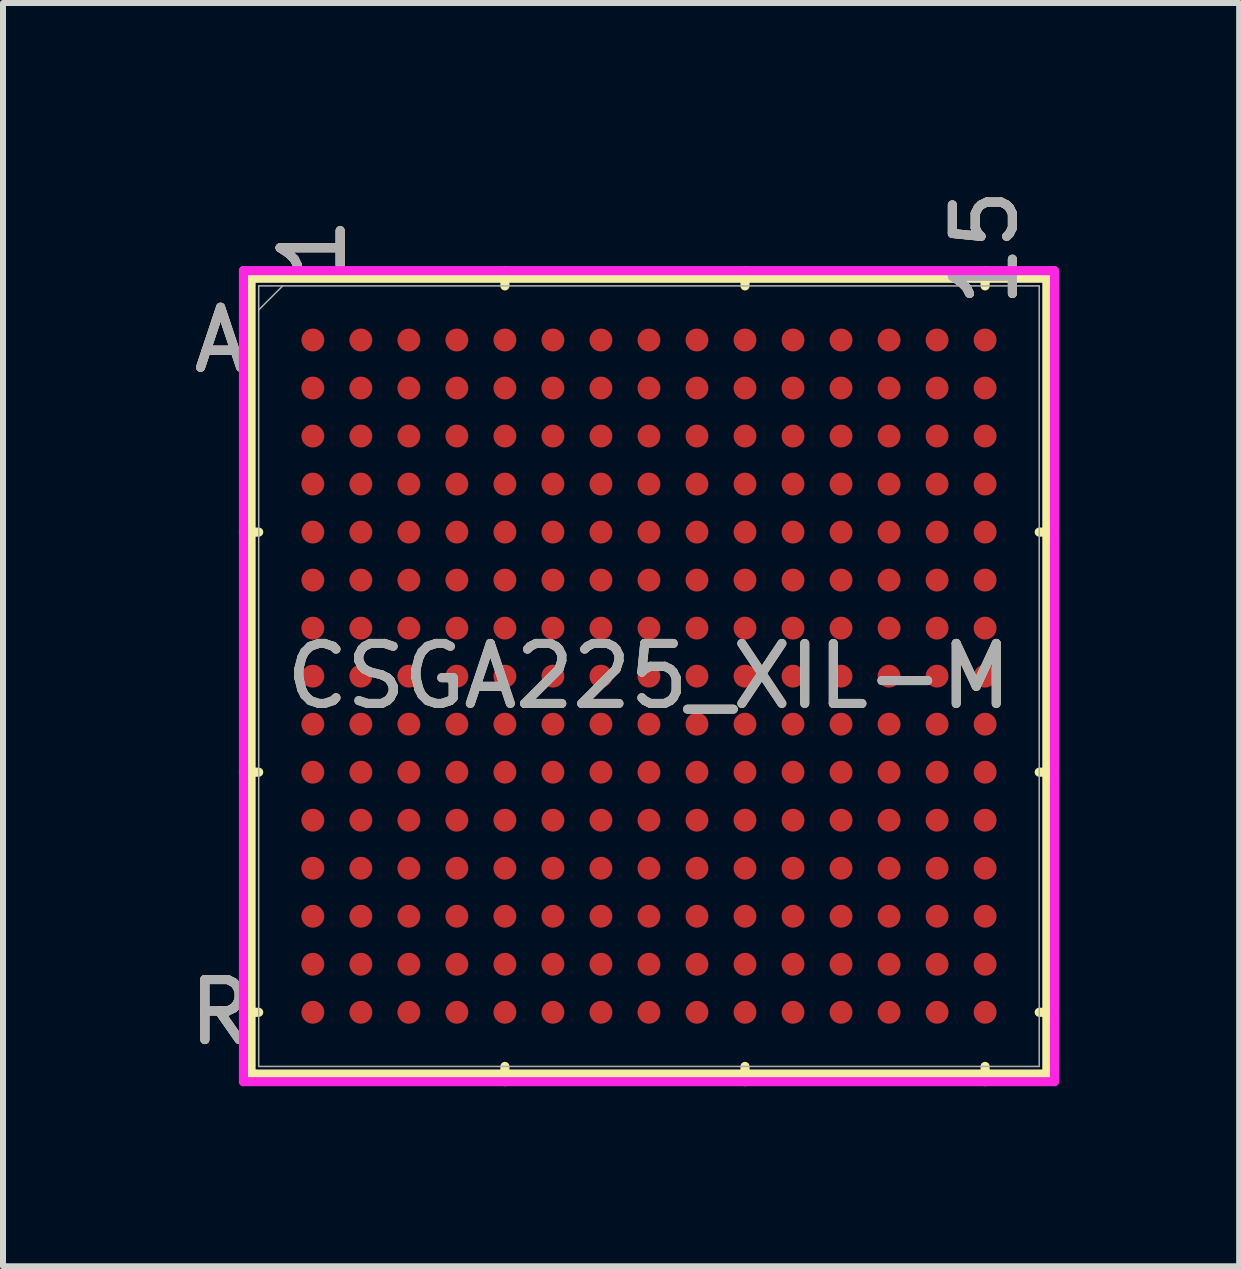
<source format=kicad_pcb>
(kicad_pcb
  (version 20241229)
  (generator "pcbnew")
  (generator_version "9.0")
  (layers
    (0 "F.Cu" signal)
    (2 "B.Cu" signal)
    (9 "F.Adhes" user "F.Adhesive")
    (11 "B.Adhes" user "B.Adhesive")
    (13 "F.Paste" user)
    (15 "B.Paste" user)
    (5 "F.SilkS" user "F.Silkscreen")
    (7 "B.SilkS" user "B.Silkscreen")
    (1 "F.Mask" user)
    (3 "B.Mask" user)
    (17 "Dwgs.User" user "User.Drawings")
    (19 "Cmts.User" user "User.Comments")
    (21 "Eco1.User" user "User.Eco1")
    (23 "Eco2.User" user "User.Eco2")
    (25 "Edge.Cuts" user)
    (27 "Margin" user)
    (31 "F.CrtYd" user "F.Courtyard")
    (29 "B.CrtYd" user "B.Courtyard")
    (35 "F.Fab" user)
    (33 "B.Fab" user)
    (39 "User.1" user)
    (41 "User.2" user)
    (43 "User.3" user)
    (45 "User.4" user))
  (footprint "CSGA225_XIL-M"
    (layer "F.Cu")
    (at 7.762 8.215)
    (property "Reference" "CSGA225_XIL-M" (at 0 0 0) (unlocked yes) (layer "F.SilkS") (effects (font (size 1 1) (thickness 0.15))))
    (attr smd)
    (fp_line (start -6.629 -6.629) (end -6.629 6.629) (stroke (width 0.152) (type solid)) (layer "F.SilkS"))
    (fp_line (start -6.629 6.629) (end 6.629 6.629) (stroke (width 0.152) (type solid)) (layer "F.SilkS"))
    (fp_line (start -6.502 -2.4) (end -6.756 -2.4) (stroke (width 0.152) (type solid)) (layer "F.SilkS"))
    (fp_line (start -6.502 1.6) (end -6.756 1.6) (stroke (width 0.152) (type solid)) (layer "F.SilkS"))
    (fp_line (start -6.502 5.6) (end -6.756 5.6) (stroke (width 0.152) (type solid)) (layer "F.SilkS"))
    (fp_line (start -2.4 -6.502) (end -2.4 -6.756) (stroke (width 0.152) (type solid)) (layer "F.SilkS"))
    (fp_line (start -2.4 6.502) (end -2.4 6.756) (stroke (width 0.152) (type solid)) (layer "F.SilkS"))
    (fp_line (start 1.6 -6.502) (end 1.6 -6.756) (stroke (width 0.152) (type solid)) (layer "F.SilkS"))
    (fp_line (start 1.6 6.502) (end 1.6 6.756) (stroke (width 0.152) (type solid)) (layer "F.SilkS"))
    (fp_line (start 5.6 -6.502) (end 5.6 -6.756) (stroke (width 0.152) (type solid)) (layer "F.SilkS"))
    (fp_line (start 5.6 6.502) (end 5.6 6.756) (stroke (width 0.152) (type solid)) (layer "F.SilkS"))
    (fp_line (start 6.502 -2.4) (end 6.756 -2.4) (stroke (width 0.152) (type solid)) (layer "F.SilkS"))
    (fp_line (start 6.502 1.6) (end 6.756 1.6) (stroke (width 0.152) (type solid)) (layer "F.SilkS"))
    (fp_line (start 6.502 5.6) (end 6.756 5.6) (stroke (width 0.152) (type solid)) (layer "F.SilkS"))
    (fp_line (start 6.629 -6.629) (end -6.629 -6.629) (stroke (width 0.152) (type solid)) (layer "F.SilkS"))
    (fp_line (start 6.629 6.629) (end 6.629 -6.629) (stroke (width 0.152) (type solid)) (layer "F.SilkS"))
    (fp_poly (pts (xy -6.444 -6.444) (xy 6.444 -6.444) (xy 6.444 6.444) (xy -6.444 6.444)) (stroke (width 0.1) (type solid)) (fill no) (layer "Eco2.User"))
    (fp_line (start -6.756 -6.756) (end 6.756 -6.756) (stroke (width 0.152) (type solid)) (layer "F.CrtYd"))
    (fp_line (start -6.756 6.756) (end -6.756 -6.756) (stroke (width 0.152) (type solid)) (layer "F.CrtYd"))
    (fp_line (start 6.756 -6.756) (end 6.756 6.756) (stroke (width 0.152) (type solid)) (layer "F.CrtYd"))
    (fp_line (start 6.756 6.756) (end -6.756 6.756) (stroke (width 0.152) (type solid)) (layer "F.CrtYd"))
    (fp_line (start -6.502 -6.502) (end -6.502 6.502) (stroke (width 0.025) (type solid)) (layer "F.Fab"))
    (fp_line (start -6.502 6.502) (end 6.502 6.502) (stroke (width 0.025) (type solid)) (layer "F.Fab"))
    (fp_line (start -6.102 -6.502) (end -6.502 -6.102) (stroke (width 0.025) (type solid)) (layer "F.Fab"))
    (fp_line (start 6.502 -6.502) (end -6.502 -6.502) (stroke (width 0.025) (type solid)) (layer "F.Fab"))
    (fp_line (start 6.502 6.502) (end 6.502 -6.502) (stroke (width 0.025) (type solid)) (layer "F.Fab"))
    (fp_text user "A" (at -7.137 -5.6 0) (unlocked yes) (layer "F.SilkS") (effects (font (size 1 1) (thickness 0.15))))
    (fp_text user "R" (at -7.137 5.6 0) (unlocked yes) (layer "F.SilkS") (effects (font (size 1 1) (thickness 0.15))))
    (fp_text user "15" (at 5.6 -7.137 90) (unlocked yes) (layer "F.SilkS") (effects (font (size 1 1) (thickness 0.15))))
    (fp_text user "1" (at -5.6 -7.137 90) (unlocked yes) (layer "F.SilkS") (effects (font (size 1 1) (thickness 0.15))))
    (fp_text user "1" (at -5.6 -7.137 90) (unlocked yes) (layer "B.SilkS") (effects (font (size 1 1) (thickness 0.15))))
    (fp_text user "15" (at 5.6 -7.137 90) (unlocked yes) (layer "B.SilkS") (effects (font (size 1 1) (thickness 0.15))))
    (fp_text user "R" (at -7.137 5.6 0) (unlocked yes) (layer "B.SilkS") (effects (font (size 1 1) (thickness 0.15))))
    (fp_text user "A" (at -7.137 -5.6 0) (unlocked yes) (layer "B.SilkS") (effects (font (size 1 1) (thickness 0.15))))
    (fp_text user "${REFERENCE}" (at 0 0 0) (unlocked yes) (layer "F.Fab") (effects (font (size 1 1) (thickness 0.15))))
    (fp_text user "1" (at -5.6 -7.137 90) (unlocked yes) (layer "F.Fab") (effects (font (size 1 1) (thickness 0.15))))
    (fp_text user "15" (at 5.6 -7.137 90) (unlocked yes) (layer "F.Fab") (effects (font (size 1 1) (thickness 0.15))))
    (fp_text user "A" (at -7.137 -5.6 0) (unlocked yes) (layer "F.Fab") (effects (font (size 1 1) (thickness 0.15))))
    (fp_text user "R" (at -7.137 5.6 0) (unlocked yes) (layer "F.Fab") (effects (font (size 1 1) (thickness 0.15))))
    (pad "A1" smd circle (at -5.6 -5.6) (size 0.381 0.381) (layers "F.Cu" "F.Mask" "F.Paste"))
    (pad "A2" smd circle (at -4.8 -5.6) (size 0.381 0.381) (layers "F.Cu" "F.Mask" "F.Paste"))
    (pad "A3" smd circle (at -4 -5.6) (size 0.381 0.381) (layers "F.Cu" "F.Mask" "F.Paste"))
    (pad "A4" smd circle (at -3.2 -5.6) (size 0.381 0.381) (layers "F.Cu" "F.Mask" "F.Paste"))
    (pad "A5" smd circle (at -2.4 -5.6) (size 0.381 0.381) (layers "F.Cu" "F.Mask" "F.Paste"))
    (pad "A6" smd circle (at -1.6 -5.6) (size 0.381 0.381) (layers "F.Cu" "F.Mask" "F.Paste"))
    (pad "A7" smd circle (at -0.8 -5.6) (size 0.381 0.381) (layers "F.Cu" "F.Mask" "F.Paste"))
    (pad "A8" smd circle (at 0 -5.6) (size 0.381 0.381) (layers "F.Cu" "F.Mask" "F.Paste"))
    (pad "A9" smd circle (at 0.8 -5.6) (size 0.381 0.381) (layers "F.Cu" "F.Mask" "F.Paste"))
    (pad "A10" smd circle (at 1.6 -5.6) (size 0.381 0.381) (layers "F.Cu" "F.Mask" "F.Paste"))
    (pad "A11" smd circle (at 2.4 -5.6) (size 0.381 0.381) (layers "F.Cu" "F.Mask" "F.Paste"))
    (pad "A12" smd circle (at 3.2 -5.6) (size 0.381 0.381) (layers "F.Cu" "F.Mask" "F.Paste"))
    (pad "A13" smd circle (at 4 -5.6) (size 0.381 0.381) (layers "F.Cu" "F.Mask" "F.Paste"))
    (pad "A14" smd circle (at 4.8 -5.6) (size 0.381 0.381) (layers "F.Cu" "F.Mask" "F.Paste"))
    (pad "A15" smd circle (at 5.6 -5.6) (size 0.381 0.381) (layers "F.Cu" "F.Mask" "F.Paste"))
    (pad "B1" smd circle (at -5.6 -4.8) (size 0.381 0.381) (layers "F.Cu" "F.Mask" "F.Paste"))
    (pad "B2" smd circle (at -4.8 -4.8) (size 0.381 0.381) (layers "F.Cu" "F.Mask" "F.Paste"))
    (pad "B3" smd circle (at -4 -4.8) (size 0.381 0.381) (layers "F.Cu" "F.Mask" "F.Paste"))
    (pad "B4" smd circle (at -3.2 -4.8) (size 0.381 0.381) (layers "F.Cu" "F.Mask" "F.Paste"))
    (pad "B5" smd circle (at -2.4 -4.8) (size 0.381 0.381) (layers "F.Cu" "F.Mask" "F.Paste"))
    (pad "B6" smd circle (at -1.6 -4.8) (size 0.381 0.381) (layers "F.Cu" "F.Mask" "F.Paste"))
    (pad "B7" smd circle (at -0.8 -4.8) (size 0.381 0.381) (layers "F.Cu" "F.Mask" "F.Paste"))
    (pad "B8" smd circle (at 0 -4.8) (size 0.381 0.381) (layers "F.Cu" "F.Mask" "F.Paste"))
    (pad "B9" smd circle (at 0.8 -4.8) (size 0.381 0.381) (layers "F.Cu" "F.Mask" "F.Paste"))
    (pad "B10" smd circle (at 1.6 -4.8) (size 0.381 0.381) (layers "F.Cu" "F.Mask" "F.Paste"))
    (pad "B11" smd circle (at 2.4 -4.8) (size 0.381 0.381) (layers "F.Cu" "F.Mask" "F.Paste"))
    (pad "B12" smd circle (at 3.2 -4.8) (size 0.381 0.381) (layers "F.Cu" "F.Mask" "F.Paste"))
    (pad "B13" smd circle (at 4 -4.8) (size 0.381 0.381) (layers "F.Cu" "F.Mask" "F.Paste"))
    (pad "B14" smd circle (at 4.8 -4.8) (size 0.381 0.381) (layers "F.Cu" "F.Mask" "F.Paste"))
    (pad "B15" smd circle (at 5.6 -4.8) (size 0.381 0.381) (layers "F.Cu" "F.Mask" "F.Paste"))
    (pad "C1" smd circle (at -5.6 -4) (size 0.381 0.381) (layers "F.Cu" "F.Mask" "F.Paste"))
    (pad "C2" smd circle (at -4.8 -4) (size 0.381 0.381) (layers "F.Cu" "F.Mask" "F.Paste"))
    (pad "C3" smd circle (at -4 -4) (size 0.381 0.381) (layers "F.Cu" "F.Mask" "F.Paste"))
    (pad "C4" smd circle (at -3.2 -4) (size 0.381 0.381) (layers "F.Cu" "F.Mask" "F.Paste"))
    (pad "C5" smd circle (at -2.4 -4) (size 0.381 0.381) (layers "F.Cu" "F.Mask" "F.Paste"))
    (pad "C6" smd circle (at -1.6 -4) (size 0.381 0.381) (layers "F.Cu" "F.Mask" "F.Paste"))
    (pad "C7" smd circle (at -0.8 -4) (size 0.381 0.381) (layers "F.Cu" "F.Mask" "F.Paste"))
    (pad "C8" smd circle (at 0 -4) (size 0.381 0.381) (layers "F.Cu" "F.Mask" "F.Paste"))
    (pad "C9" smd circle (at 0.8 -4) (size 0.381 0.381) (layers "F.Cu" "F.Mask" "F.Paste"))
    (pad "C10" smd circle (at 1.6 -4) (size 0.381 0.381) (layers "F.Cu" "F.Mask" "F.Paste"))
    (pad "C11" smd circle (at 2.4 -4) (size 0.381 0.381) (layers "F.Cu" "F.Mask" "F.Paste"))
    (pad "C12" smd circle (at 3.2 -4) (size 0.381 0.381) (layers "F.Cu" "F.Mask" "F.Paste"))
    (pad "C13" smd circle (at 4 -4) (size 0.381 0.381) (layers "F.Cu" "F.Mask" "F.Paste"))
    (pad "C14" smd circle (at 4.8 -4) (size 0.381 0.381) (layers "F.Cu" "F.Mask" "F.Paste"))
    (pad "C15" smd circle (at 5.6 -4) (size 0.381 0.381) (layers "F.Cu" "F.Mask" "F.Paste"))
    (pad "D1" smd circle (at -5.6 -3.2) (size 0.381 0.381) (layers "F.Cu" "F.Mask" "F.Paste"))
    (pad "D2" smd circle (at -4.8 -3.2) (size 0.381 0.381) (layers "F.Cu" "F.Mask" "F.Paste"))
    (pad "D3" smd circle (at -4 -3.2) (size 0.381 0.381) (layers "F.Cu" "F.Mask" "F.Paste"))
    (pad "D4" smd circle (at -3.2 -3.2) (size 0.381 0.381) (layers "F.Cu" "F.Mask" "F.Paste"))
    (pad "D5" smd circle (at -2.4 -3.2) (size 0.381 0.381) (layers "F.Cu" "F.Mask" "F.Paste"))
    (pad "D6" smd circle (at -1.6 -3.2) (size 0.381 0.381) (layers "F.Cu" "F.Mask" "F.Paste"))
    (pad "D7" smd circle (at -0.8 -3.2) (size 0.381 0.381) (layers "F.Cu" "F.Mask" "F.Paste"))
    (pad "D8" smd circle (at 0 -3.2) (size 0.381 0.381) (layers "F.Cu" "F.Mask" "F.Paste"))
    (pad "D9" smd circle (at 0.8 -3.2) (size 0.381 0.381) (layers "F.Cu" "F.Mask" "F.Paste"))
    (pad "D10" smd circle (at 1.6 -3.2) (size 0.381 0.381) (layers "F.Cu" "F.Mask" "F.Paste"))
    (pad "D11" smd circle (at 2.4 -3.2) (size 0.381 0.381) (layers "F.Cu" "F.Mask" "F.Paste"))
    (pad "D12" smd circle (at 3.2 -3.2) (size 0.381 0.381) (layers "F.Cu" "F.Mask" "F.Paste"))
    (pad "D13" smd circle (at 4 -3.2) (size 0.381 0.381) (layers "F.Cu" "F.Mask" "F.Paste"))
    (pad "D14" smd circle (at 4.8 -3.2) (size 0.381 0.381) (layers "F.Cu" "F.Mask" "F.Paste"))
    (pad "D15" smd circle (at 5.6 -3.2) (size 0.381 0.381) (layers "F.Cu" "F.Mask" "F.Paste"))
    (pad "E1" smd circle (at -5.6 -2.4) (size 0.381 0.381) (layers "F.Cu" "F.Mask" "F.Paste"))
    (pad "E2" smd circle (at -4.8 -2.4) (size 0.381 0.381) (layers "F.Cu" "F.Mask" "F.Paste"))
    (pad "E3" smd circle (at -4 -2.4) (size 0.381 0.381) (layers "F.Cu" "F.Mask" "F.Paste"))
    (pad "E4" smd circle (at -3.2 -2.4) (size 0.381 0.381) (layers "F.Cu" "F.Mask" "F.Paste"))
    (pad "E5" smd circle (at -2.4 -2.4) (size 0.381 0.381) (layers "F.Cu" "F.Mask" "F.Paste"))
    (pad "E6" smd circle (at -1.6 -2.4) (size 0.381 0.381) (layers "F.Cu" "F.Mask" "F.Paste"))
    (pad "E7" smd circle (at -0.8 -2.4) (size 0.381 0.381) (layers "F.Cu" "F.Mask" "F.Paste"))
    (pad "E8" smd circle (at 0 -2.4) (size 0.381 0.381) (layers "F.Cu" "F.Mask" "F.Paste"))
    (pad "E9" smd circle (at 0.8 -2.4) (size 0.381 0.381) (layers "F.Cu" "F.Mask" "F.Paste"))
    (pad "E10" smd circle (at 1.6 -2.4) (size 0.381 0.381) (layers "F.Cu" "F.Mask" "F.Paste"))
    (pad "E11" smd circle (at 2.4 -2.4) (size 0.381 0.381) (layers "F.Cu" "F.Mask" "F.Paste"))
    (pad "E12" smd circle (at 3.2 -2.4) (size 0.381 0.381) (layers "F.Cu" "F.Mask" "F.Paste"))
    (pad "E13" smd circle (at 4 -2.4) (size 0.381 0.381) (layers "F.Cu" "F.Mask" "F.Paste"))
    (pad "E14" smd circle (at 4.8 -2.4) (size 0.381 0.381) (layers "F.Cu" "F.Mask" "F.Paste"))
    (pad "E15" smd circle (at 5.6 -2.4) (size 0.381 0.381) (layers "F.Cu" "F.Mask" "F.Paste"))
    (pad "F1" smd circle (at -5.6 -1.6) (size 0.381 0.381) (layers "F.Cu" "F.Mask" "F.Paste"))
    (pad "F2" smd circle (at -4.8 -1.6) (size 0.381 0.381) (layers "F.Cu" "F.Mask" "F.Paste"))
    (pad "F3" smd circle (at -4 -1.6) (size 0.381 0.381) (layers "F.Cu" "F.Mask" "F.Paste"))
    (pad "F4" smd circle (at -3.2 -1.6) (size 0.381 0.381) (layers "F.Cu" "F.Mask" "F.Paste"))
    (pad "F5" smd circle (at -2.4 -1.6) (size 0.381 0.381) (layers "F.Cu" "F.Mask" "F.Paste"))
    (pad "F6" smd circle (at -1.6 -1.6) (size 0.381 0.381) (layers "F.Cu" "F.Mask" "F.Paste"))
    (pad "F7" smd circle (at -0.8 -1.6) (size 0.381 0.381) (layers "F.Cu" "F.Mask" "F.Paste"))
    (pad "F8" smd circle (at 0 -1.6) (size 0.381 0.381) (layers "F.Cu" "F.Mask" "F.Paste"))
    (pad "F9" smd circle (at 0.8 -1.6) (size 0.381 0.381) (layers "F.Cu" "F.Mask" "F.Paste"))
    (pad "F10" smd circle (at 1.6 -1.6) (size 0.381 0.381) (layers "F.Cu" "F.Mask" "F.Paste"))
    (pad "F11" smd circle (at 2.4 -1.6) (size 0.381 0.381) (layers "F.Cu" "F.Mask" "F.Paste"))
    (pad "F12" smd circle (at 3.2 -1.6) (size 0.381 0.381) (layers "F.Cu" "F.Mask" "F.Paste"))
    (pad "F13" smd circle (at 4 -1.6) (size 0.381 0.381) (layers "F.Cu" "F.Mask" "F.Paste"))
    (pad "F14" smd circle (at 4.8 -1.6) (size 0.381 0.381) (layers "F.Cu" "F.Mask" "F.Paste"))
    (pad "F15" smd circle (at 5.6 -1.6) (size 0.381 0.381) (layers "F.Cu" "F.Mask" "F.Paste"))
    (pad "G1" smd circle (at -5.6 -0.8) (size 0.381 0.381) (layers "F.Cu" "F.Mask" "F.Paste"))
    (pad "G2" smd circle (at -4.8 -0.8) (size 0.381 0.381) (layers "F.Cu" "F.Mask" "F.Paste"))
    (pad "G3" smd circle (at -4 -0.8) (size 0.381 0.381) (layers "F.Cu" "F.Mask" "F.Paste"))
    (pad "G4" smd circle (at -3.2 -0.8) (size 0.381 0.381) (layers "F.Cu" "F.Mask" "F.Paste"))
    (pad "G5" smd circle (at -2.4 -0.8) (size 0.381 0.381) (layers "F.Cu" "F.Mask" "F.Paste"))
    (pad "G6" smd circle (at -1.6 -0.8) (size 0.381 0.381) (layers "F.Cu" "F.Mask" "F.Paste"))
    (pad "G7" smd circle (at -0.8 -0.8) (size 0.381 0.381) (layers "F.Cu" "F.Mask" "F.Paste"))
    (pad "G8" smd circle (at 0 -0.8) (size 0.381 0.381) (layers "F.Cu" "F.Mask" "F.Paste"))
    (pad "G9" smd circle (at 0.8 -0.8) (size 0.381 0.381) (layers "F.Cu" "F.Mask" "F.Paste"))
    (pad "G10" smd circle (at 1.6 -0.8) (size 0.381 0.381) (layers "F.Cu" "F.Mask" "F.Paste"))
    (pad "G11" smd circle (at 2.4 -0.8) (size 0.381 0.381) (layers "F.Cu" "F.Mask" "F.Paste"))
    (pad "G12" smd circle (at 3.2 -0.8) (size 0.381 0.381) (layers "F.Cu" "F.Mask" "F.Paste"))
    (pad "G13" smd circle (at 4 -0.8) (size 0.381 0.381) (layers "F.Cu" "F.Mask" "F.Paste"))
    (pad "G14" smd circle (at 4.8 -0.8) (size 0.381 0.381) (layers "F.Cu" "F.Mask" "F.Paste"))
    (pad "G15" smd circle (at 5.6 -0.8) (size 0.381 0.381) (layers "F.Cu" "F.Mask" "F.Paste"))
    (pad "H1" smd circle (at -5.6 0) (size 0.381 0.381) (layers "F.Cu" "F.Mask" "F.Paste"))
    (pad "H2" smd circle (at -4.8 0) (size 0.381 0.381) (layers "F.Cu" "F.Mask" "F.Paste"))
    (pad "H3" smd circle (at -4 0) (size 0.381 0.381) (layers "F.Cu" "F.Mask" "F.Paste"))
    (pad "H4" smd circle (at -3.2 0) (size 0.381 0.381) (layers "F.Cu" "F.Mask" "F.Paste"))
    (pad "H5" smd circle (at -2.4 0) (size 0.381 0.381) (layers "F.Cu" "F.Mask" "F.Paste"))
    (pad "H6" smd circle (at -1.6 0) (size 0.381 0.381) (layers "F.Cu" "F.Mask" "F.Paste"))
    (pad "H7" smd circle (at -0.8 0) (size 0.381 0.381) (layers "F.Cu" "F.Mask" "F.Paste"))
    (pad "H8" smd circle (at 0 0) (size 0.381 0.381) (layers "F.Cu" "F.Mask" "F.Paste"))
    (pad "H9" smd circle (at 0.8 0) (size 0.381 0.381) (layers "F.Cu" "F.Mask" "F.Paste"))
    (pad "H10" smd circle (at 1.6 0) (size 0.381 0.381) (layers "F.Cu" "F.Mask" "F.Paste"))
    (pad "H11" smd circle (at 2.4 0) (size 0.381 0.381) (layers "F.Cu" "F.Mask" "F.Paste"))
    (pad "H12" smd circle (at 3.2 0) (size 0.381 0.381) (layers "F.Cu" "F.Mask" "F.Paste"))
    (pad "H13" smd circle (at 4 0) (size 0.381 0.381) (layers "F.Cu" "F.Mask" "F.Paste"))
    (pad "H14" smd circle (at 4.8 0) (size 0.381 0.381) (layers "F.Cu" "F.Mask" "F.Paste"))
    (pad "H15" smd circle (at 5.6 0) (size 0.381 0.381) (layers "F.Cu" "F.Mask" "F.Paste"))
    (pad "J1" smd circle (at -5.6 0.8) (size 0.381 0.381) (layers "F.Cu" "F.Mask" "F.Paste"))
    (pad "J2" smd circle (at -4.8 0.8) (size 0.381 0.381) (layers "F.Cu" "F.Mask" "F.Paste"))
    (pad "J3" smd circle (at -4 0.8) (size 0.381 0.381) (layers "F.Cu" "F.Mask" "F.Paste"))
    (pad "J4" smd circle (at -3.2 0.8) (size 0.381 0.381) (layers "F.Cu" "F.Mask" "F.Paste"))
    (pad "J5" smd circle (at -2.4 0.8) (size 0.381 0.381) (layers "F.Cu" "F.Mask" "F.Paste"))
    (pad "J6" smd circle (at -1.6 0.8) (size 0.381 0.381) (layers "F.Cu" "F.Mask" "F.Paste"))
    (pad "J7" smd circle (at -0.8 0.8) (size 0.381 0.381) (layers "F.Cu" "F.Mask" "F.Paste"))
    (pad "J8" smd circle (at 0 0.8) (size 0.381 0.381) (layers "F.Cu" "F.Mask" "F.Paste"))
    (pad "J9" smd circle (at 0.8 0.8) (size 0.381 0.381) (layers "F.Cu" "F.Mask" "F.Paste"))
    (pad "J10" smd circle (at 1.6 0.8) (size 0.381 0.381) (layers "F.Cu" "F.Mask" "F.Paste"))
    (pad "J11" smd circle (at 2.4 0.8) (size 0.381 0.381) (layers "F.Cu" "F.Mask" "F.Paste"))
    (pad "J12" smd circle (at 3.2 0.8) (size 0.381 0.381) (layers "F.Cu" "F.Mask" "F.Paste"))
    (pad "J13" smd circle (at 4 0.8) (size 0.381 0.381) (layers "F.Cu" "F.Mask" "F.Paste"))
    (pad "J14" smd circle (at 4.8 0.8) (size 0.381 0.381) (layers "F.Cu" "F.Mask" "F.Paste"))
    (pad "J15" smd circle (at 5.6 0.8) (size 0.381 0.381) (layers "F.Cu" "F.Mask" "F.Paste"))
    (pad "K1" smd circle (at -5.6 1.6) (size 0.381 0.381) (layers "F.Cu" "F.Mask" "F.Paste"))
    (pad "K2" smd circle (at -4.8 1.6) (size 0.381 0.381) (layers "F.Cu" "F.Mask" "F.Paste"))
    (pad "K3" smd circle (at -4 1.6) (size 0.381 0.381) (layers "F.Cu" "F.Mask" "F.Paste"))
    (pad "K4" smd circle (at -3.2 1.6) (size 0.381 0.381) (layers "F.Cu" "F.Mask" "F.Paste"))
    (pad "K5" smd circle (at -2.4 1.6) (size 0.381 0.381) (layers "F.Cu" "F.Mask" "F.Paste"))
    (pad "K6" smd circle (at -1.6 1.6) (size 0.381 0.381) (layers "F.Cu" "F.Mask" "F.Paste"))
    (pad "K7" smd circle (at -0.8 1.6) (size 0.381 0.381) (layers "F.Cu" "F.Mask" "F.Paste"))
    (pad "K8" smd circle (at 0 1.6) (size 0.381 0.381) (layers "F.Cu" "F.Mask" "F.Paste"))
    (pad "K9" smd circle (at 0.8 1.6) (size 0.381 0.381) (layers "F.Cu" "F.Mask" "F.Paste"))
    (pad "K10" smd circle (at 1.6 1.6) (size 0.381 0.381) (layers "F.Cu" "F.Mask" "F.Paste"))
    (pad "K11" smd circle (at 2.4 1.6) (size 0.381 0.381) (layers "F.Cu" "F.Mask" "F.Paste"))
    (pad "K12" smd circle (at 3.2 1.6) (size 0.381 0.381) (layers "F.Cu" "F.Mask" "F.Paste"))
    (pad "K13" smd circle (at 4 1.6) (size 0.381 0.381) (layers "F.Cu" "F.Mask" "F.Paste"))
    (pad "K14" smd circle (at 4.8 1.6) (size 0.381 0.381) (layers "F.Cu" "F.Mask" "F.Paste"))
    (pad "K15" smd circle (at 5.6 1.6) (size 0.381 0.381) (layers "F.Cu" "F.Mask" "F.Paste"))
    (pad "L1" smd circle (at -5.6 2.4) (size 0.381 0.381) (layers "F.Cu" "F.Mask" "F.Paste"))
    (pad "L2" smd circle (at -4.8 2.4) (size 0.381 0.381) (layers "F.Cu" "F.Mask" "F.Paste"))
    (pad "L3" smd circle (at -4 2.4) (size 0.381 0.381) (layers "F.Cu" "F.Mask" "F.Paste"))
    (pad "L4" smd circle (at -3.2 2.4) (size 0.381 0.381) (layers "F.Cu" "F.Mask" "F.Paste"))
    (pad "L5" smd circle (at -2.4 2.4) (size 0.381 0.381) (layers "F.Cu" "F.Mask" "F.Paste"))
    (pad "L6" smd circle (at -1.6 2.4) (size 0.381 0.381) (layers "F.Cu" "F.Mask" "F.Paste"))
    (pad "L7" smd circle (at -0.8 2.4) (size 0.381 0.381) (layers "F.Cu" "F.Mask" "F.Paste"))
    (pad "L8" smd circle (at 0 2.4) (size 0.381 0.381) (layers "F.Cu" "F.Mask" "F.Paste"))
    (pad "L9" smd circle (at 0.8 2.4) (size 0.381 0.381) (layers "F.Cu" "F.Mask" "F.Paste"))
    (pad "L10" smd circle (at 1.6 2.4) (size 0.381 0.381) (layers "F.Cu" "F.Mask" "F.Paste"))
    (pad "L11" smd circle (at 2.4 2.4) (size 0.381 0.381) (layers "F.Cu" "F.Mask" "F.Paste"))
    (pad "L12" smd circle (at 3.2 2.4) (size 0.381 0.381) (layers "F.Cu" "F.Mask" "F.Paste"))
    (pad "L13" smd circle (at 4 2.4) (size 0.381 0.381) (layers "F.Cu" "F.Mask" "F.Paste"))
    (pad "L14" smd circle (at 4.8 2.4) (size 0.381 0.381) (layers "F.Cu" "F.Mask" "F.Paste"))
    (pad "L15" smd circle (at 5.6 2.4) (size 0.381 0.381) (layers "F.Cu" "F.Mask" "F.Paste"))
    (pad "M1" smd circle (at -5.6 3.2) (size 0.381 0.381) (layers "F.Cu" "F.Mask" "F.Paste"))
    (pad "M2" smd circle (at -4.8 3.2) (size 0.381 0.381) (layers "F.Cu" "F.Mask" "F.Paste"))
    (pad "M3" smd circle (at -4 3.2) (size 0.381 0.381) (layers "F.Cu" "F.Mask" "F.Paste"))
    (pad "M4" smd circle (at -3.2 3.2) (size 0.381 0.381) (layers "F.Cu" "F.Mask" "F.Paste"))
    (pad "M5" smd circle (at -2.4 3.2) (size 0.381 0.381) (layers "F.Cu" "F.Mask" "F.Paste"))
    (pad "M6" smd circle (at -1.6 3.2) (size 0.381 0.381) (layers "F.Cu" "F.Mask" "F.Paste"))
    (pad "M7" smd circle (at -0.8 3.2) (size 0.381 0.381) (layers "F.Cu" "F.Mask" "F.Paste"))
    (pad "M8" smd circle (at 0 3.2) (size 0.381 0.381) (layers "F.Cu" "F.Mask" "F.Paste"))
    (pad "M9" smd circle (at 0.8 3.2) (size 0.381 0.381) (layers "F.Cu" "F.Mask" "F.Paste"))
    (pad "M10" smd circle (at 1.6 3.2) (size 0.381 0.381) (layers "F.Cu" "F.Mask" "F.Paste"))
    (pad "M11" smd circle (at 2.4 3.2) (size 0.381 0.381) (layers "F.Cu" "F.Mask" "F.Paste"))
    (pad "M12" smd circle (at 3.2 3.2) (size 0.381 0.381) (layers "F.Cu" "F.Mask" "F.Paste"))
    (pad "M13" smd circle (at 4 3.2) (size 0.381 0.381) (layers "F.Cu" "F.Mask" "F.Paste"))
    (pad "M14" smd circle (at 4.8 3.2) (size 0.381 0.381) (layers "F.Cu" "F.Mask" "F.Paste"))
    (pad "M15" smd circle (at 5.6 3.2) (size 0.381 0.381) (layers "F.Cu" "F.Mask" "F.Paste"))
    (pad "N1" smd circle (at -5.6 4) (size 0.381 0.381) (layers "F.Cu" "F.Mask" "F.Paste"))
    (pad "N2" smd circle (at -4.8 4) (size 0.381 0.381) (layers "F.Cu" "F.Mask" "F.Paste"))
    (pad "N3" smd circle (at -4 4) (size 0.381 0.381) (layers "F.Cu" "F.Mask" "F.Paste"))
    (pad "N4" smd circle (at -3.2 4) (size 0.381 0.381) (layers "F.Cu" "F.Mask" "F.Paste"))
    (pad "N5" smd circle (at -2.4 4) (size 0.381 0.381) (layers "F.Cu" "F.Mask" "F.Paste"))
    (pad "N6" smd circle (at -1.6 4) (size 0.381 0.381) (layers "F.Cu" "F.Mask" "F.Paste"))
    (pad "N7" smd circle (at -0.8 4) (size 0.381 0.381) (layers "F.Cu" "F.Mask" "F.Paste"))
    (pad "N8" smd circle (at 0 4) (size 0.381 0.381) (layers "F.Cu" "F.Mask" "F.Paste"))
    (pad "N9" smd circle (at 0.8 4) (size 0.381 0.381) (layers "F.Cu" "F.Mask" "F.Paste"))
    (pad "N10" smd circle (at 1.6 4) (size 0.381 0.381) (layers "F.Cu" "F.Mask" "F.Paste"))
    (pad "N11" smd circle (at 2.4 4) (size 0.381 0.381) (layers "F.Cu" "F.Mask" "F.Paste"))
    (pad "N12" smd circle (at 3.2 4) (size 0.381 0.381) (layers "F.Cu" "F.Mask" "F.Paste"))
    (pad "N13" smd circle (at 4 4) (size 0.381 0.381) (layers "F.Cu" "F.Mask" "F.Paste"))
    (pad "N14" smd circle (at 4.8 4) (size 0.381 0.381) (layers "F.Cu" "F.Mask" "F.Paste"))
    (pad "N15" smd circle (at 5.6 4) (size 0.381 0.381) (layers "F.Cu" "F.Mask" "F.Paste"))
    (pad "P1" smd circle (at -5.6 4.8) (size 0.381 0.381) (layers "F.Cu" "F.Mask" "F.Paste"))
    (pad "P2" smd circle (at -4.8 4.8) (size 0.381 0.381) (layers "F.Cu" "F.Mask" "F.Paste"))
    (pad "P3" smd circle (at -4 4.8) (size 0.381 0.381) (layers "F.Cu" "F.Mask" "F.Paste"))
    (pad "P4" smd circle (at -3.2 4.8) (size 0.381 0.381) (layers "F.Cu" "F.Mask" "F.Paste"))
    (pad "P5" smd circle (at -2.4 4.8) (size 0.381 0.381) (layers "F.Cu" "F.Mask" "F.Paste"))
    (pad "P6" smd circle (at -1.6 4.8) (size 0.381 0.381) (layers "F.Cu" "F.Mask" "F.Paste"))
    (pad "P7" smd circle (at -0.8 4.8) (size 0.381 0.381) (layers "F.Cu" "F.Mask" "F.Paste"))
    (pad "P8" smd circle (at 0 4.8) (size 0.381 0.381) (layers "F.Cu" "F.Mask" "F.Paste"))
    (pad "P9" smd circle (at 0.8 4.8) (size 0.381 0.381) (layers "F.Cu" "F.Mask" "F.Paste"))
    (pad "P10" smd circle (at 1.6 4.8) (size 0.381 0.381) (layers "F.Cu" "F.Mask" "F.Paste"))
    (pad "P11" smd circle (at 2.4 4.8) (size 0.381 0.381) (layers "F.Cu" "F.Mask" "F.Paste"))
    (pad "P12" smd circle (at 3.2 4.8) (size 0.381 0.381) (layers "F.Cu" "F.Mask" "F.Paste"))
    (pad "P13" smd circle (at 4 4.8) (size 0.381 0.381) (layers "F.Cu" "F.Mask" "F.Paste"))
    (pad "P14" smd circle (at 4.8 4.8) (size 0.381 0.381) (layers "F.Cu" "F.Mask" "F.Paste"))
    (pad "P15" smd circle (at 5.6 4.8) (size 0.381 0.381) (layers "F.Cu" "F.Mask" "F.Paste"))
    (pad "R1" smd circle (at -5.6 5.6) (size 0.381 0.381) (layers "F.Cu" "F.Mask" "F.Paste"))
    (pad "R2" smd circle (at -4.8 5.6) (size 0.381 0.381) (layers "F.Cu" "F.Mask" "F.Paste"))
    (pad "R3" smd circle (at -4 5.6) (size 0.381 0.381) (layers "F.Cu" "F.Mask" "F.Paste"))
    (pad "R4" smd circle (at -3.2 5.6) (size 0.381 0.381) (layers "F.Cu" "F.Mask" "F.Paste"))
    (pad "R5" smd circle (at -2.4 5.6) (size 0.381 0.381) (layers "F.Cu" "F.Mask" "F.Paste"))
    (pad "R6" smd circle (at -1.6 5.6) (size 0.381 0.381) (layers "F.Cu" "F.Mask" "F.Paste"))
    (pad "R7" smd circle (at -0.8 5.6) (size 0.381 0.381) (layers "F.Cu" "F.Mask" "F.Paste"))
    (pad "R8" smd circle (at 0 5.6) (size 0.381 0.381) (layers "F.Cu" "F.Mask" "F.Paste"))
    (pad "R9" smd circle (at 0.8 5.6) (size 0.381 0.381) (layers "F.Cu" "F.Mask" "F.Paste"))
    (pad "R10" smd circle (at 1.6 5.6) (size 0.381 0.381) (layers "F.Cu" "F.Mask" "F.Paste"))
    (pad "R11" smd circle (at 2.4 5.6) (size 0.381 0.381) (layers "F.Cu" "F.Mask" "F.Paste"))
    (pad "R12" smd circle (at 3.2 5.6) (size 0.381 0.381) (layers "F.Cu" "F.Mask" "F.Paste"))
    (pad "R13" smd circle (at 4 5.6) (size 0.381 0.381) (layers "F.Cu" "F.Mask" "F.Paste"))
    (pad "R14" smd circle (at 4.8 5.6) (size 0.381 0.381) (layers "F.Cu" "F.Mask" "F.Paste"))
    (pad "R15" smd circle (at 5.6 5.6) (size 0.381 0.381) (layers "F.Cu" "F.Mask" "F.Paste")))
  (gr_rect
    (start -3 -3)
    (end 17.595 18.047)
    (stroke (width 0.1) (type default))
    (fill no)
    (layer "Edge.Cuts")))
</source>
